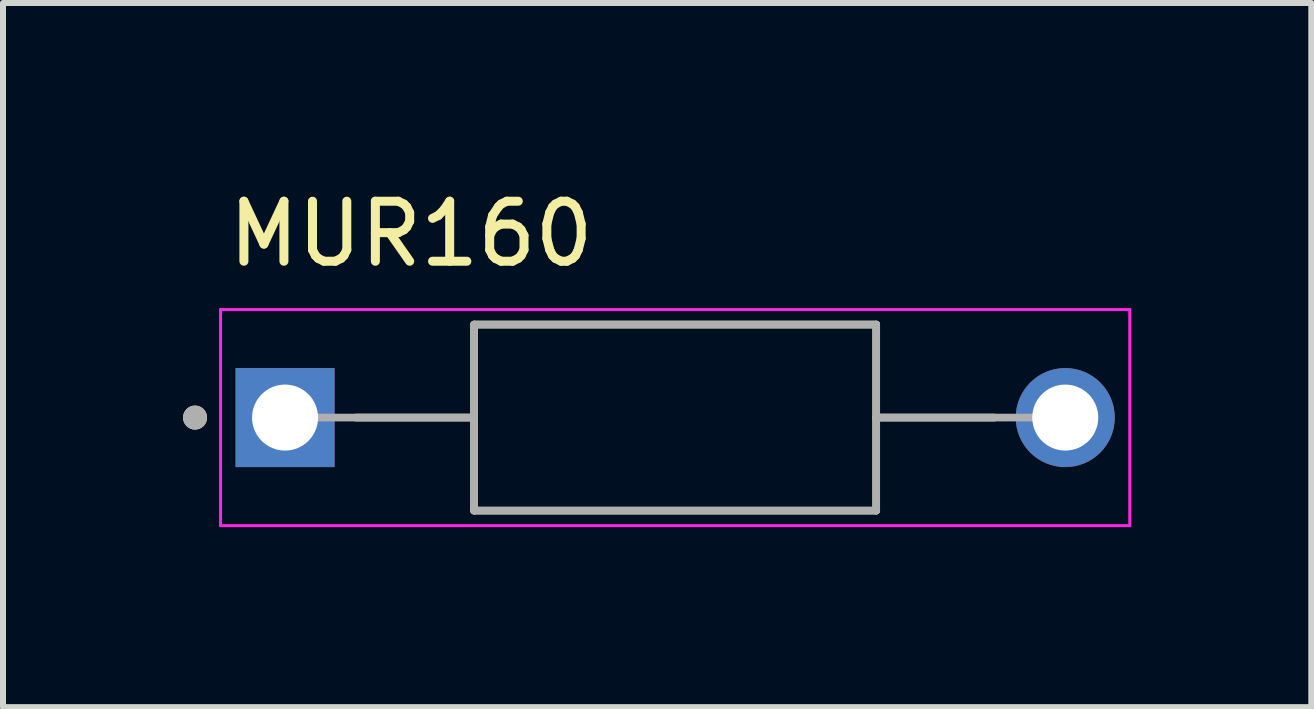
<source format=kicad_pcb>
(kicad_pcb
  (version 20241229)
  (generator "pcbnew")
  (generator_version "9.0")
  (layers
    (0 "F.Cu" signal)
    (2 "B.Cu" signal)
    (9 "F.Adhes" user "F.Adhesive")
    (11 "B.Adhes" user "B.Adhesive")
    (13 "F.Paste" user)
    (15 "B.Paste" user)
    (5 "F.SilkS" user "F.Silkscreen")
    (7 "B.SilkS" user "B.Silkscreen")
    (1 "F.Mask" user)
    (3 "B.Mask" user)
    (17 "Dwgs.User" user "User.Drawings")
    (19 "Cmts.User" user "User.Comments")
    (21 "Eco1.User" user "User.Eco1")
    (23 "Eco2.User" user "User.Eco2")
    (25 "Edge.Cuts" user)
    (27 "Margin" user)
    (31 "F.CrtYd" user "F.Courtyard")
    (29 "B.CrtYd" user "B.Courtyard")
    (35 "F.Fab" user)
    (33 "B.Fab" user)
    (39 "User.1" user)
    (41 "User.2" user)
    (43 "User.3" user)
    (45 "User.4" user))
  (footprint "MUR160"
    (layer "F.Cu")
    (at 8.2 3.908)
    (property "Reference" "MUR160" (at -4.4 -3.06 0) (layer "F.SilkS") (effects (font (size 1 1) (thickness 0.15))))
    (attr through_hole)
    (fp_line (start -3.35 -1.55) (end -3.35 0) (stroke (width 0.127) (type solid)) (layer "F.SilkS"))
    (fp_line (start -3.35 0) (end -5.32 0) (stroke (width 0.127) (type solid)) (layer "F.SilkS"))
    (fp_line (start -3.35 0) (end -3.35 1.55) (stroke (width 0.127) (type solid)) (layer "F.SilkS"))
    (fp_line (start -3.35 1.55) (end 3.35 1.55) (stroke (width 0.127) (type solid)) (layer "F.SilkS"))
    (fp_line (start 3.35 -1.55) (end -3.35 -1.55) (stroke (width 0.127) (type solid)) (layer "F.SilkS"))
    (fp_line (start 3.35 0) (end 3.35 -1.55) (stroke (width 0.127) (type solid)) (layer "F.SilkS"))
    (fp_line (start 3.35 0) (end 5.32 0) (stroke (width 0.127) (type solid)) (layer "F.SilkS"))
    (fp_line (start 3.35 1.55) (end 3.35 0) (stroke (width 0.127) (type solid)) (layer "F.SilkS"))
    (fp_circle (center -8 0) (end -7.9 0) (stroke (width 0.2) (type solid)) (fill no) (layer "F.SilkS"))
    (fp_line (start -7.575 -1.8) (end -7.575 1.8) (stroke (width 0.05) (type solid)) (layer "F.CrtYd"))
    (fp_line (start -7.575 1.8) (end 7.575 1.8) (stroke (width 0.05) (type solid)) (layer "F.CrtYd"))
    (fp_line (start 7.575 -1.8) (end -7.575 -1.8) (stroke (width 0.05) (type solid)) (layer "F.CrtYd"))
    (fp_line (start 7.575 1.8) (end 7.575 -1.8) (stroke (width 0.05) (type solid)) (layer "F.CrtYd"))
    (fp_line (start -3.35 -1.55) (end -3.35 0) (stroke (width 0.127) (type solid)) (layer "F.Fab"))
    (fp_line (start -3.35 0) (end -6.5 0) (stroke (width 0.127) (type solid)) (layer "F.Fab"))
    (fp_line (start -3.35 0) (end -3.35 1.55) (stroke (width 0.127) (type solid)) (layer "F.Fab"))
    (fp_line (start -3.35 1.55) (end 3.35 1.55) (stroke (width 0.127) (type solid)) (layer "F.Fab"))
    (fp_line (start 3.35 -1.55) (end -3.35 -1.55) (stroke (width 0.127) (type solid)) (layer "F.Fab"))
    (fp_line (start 3.35 0) (end 3.35 -1.55) (stroke (width 0.127) (type solid)) (layer "F.Fab"))
    (fp_line (start 3.35 0) (end 6.5 0) (stroke (width 0.127) (type solid)) (layer "F.Fab"))
    (fp_line (start 3.35 1.55) (end 3.35 0) (stroke (width 0.127) (type solid)) (layer "F.Fab"))
    (fp_circle (center -8 0) (end -7.9 0) (stroke (width 0.2) (type solid)) (fill no) (layer "F.Fab"))
    (pad "A" thru_hole circle (at 6.5 0) (size 1.65 1.65) (drill 1.1) (layers "*.Cu" "*.Mask"))
    (pad "C" thru_hole rect (at -6.5 0) (size 1.65 1.65) (drill 1.1) (layers "*.Cu" "*.Mask")))
  (gr_rect
    (start -3 -3)
    (end 18.8 8.733)
    (stroke (width 0.1) (type default))
    (fill no)
    (layer "Edge.Cuts")))
</source>
